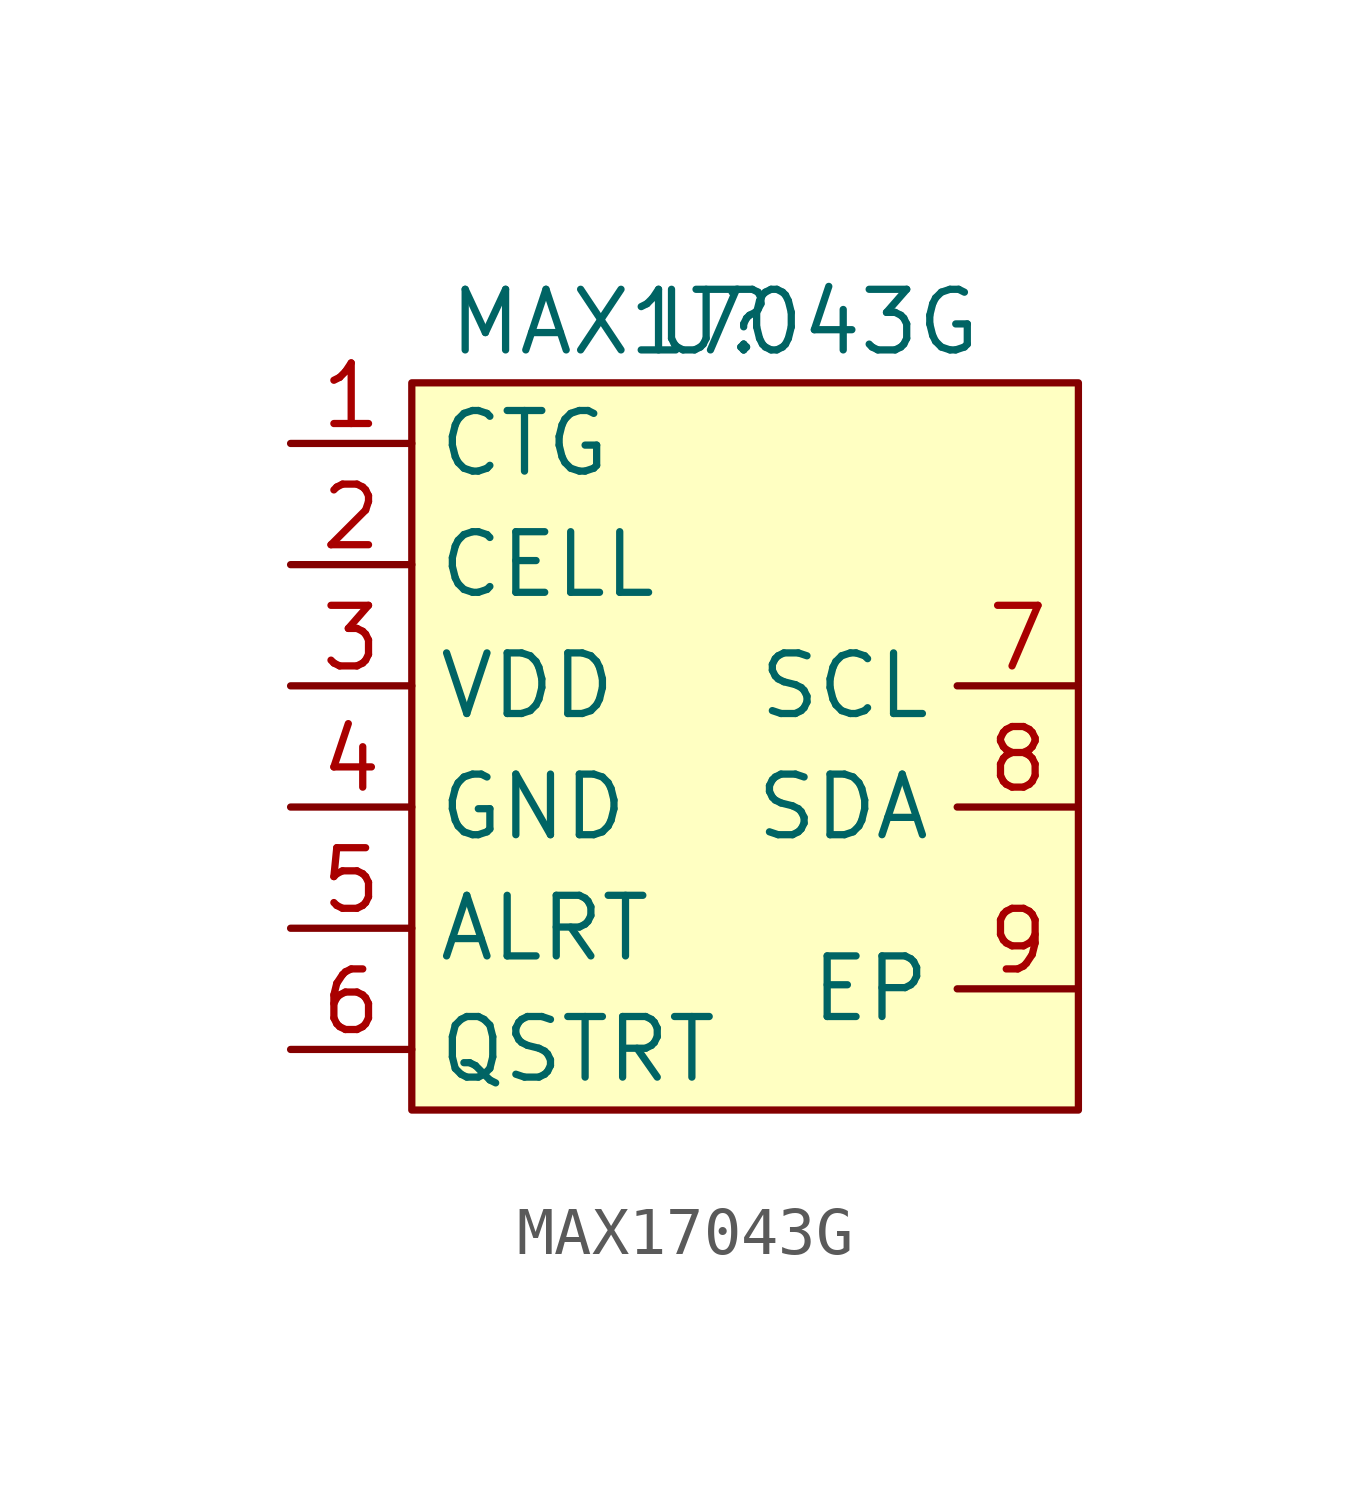
<source format=kicad_sym>
(kicad_symbol_lib
  (version 20241209)
  (generator "kicad_symbol_editor")
  (generator_version "9.0")
  (symbol "MAX17043G"
    (property "Reference" "U"
      (at 0 0 0)
      (effects (font (size 1.27 1.27))))
    (property "Value" "MAX17043G"
      (at 0 0 0)
      (effects (font (size 1.27 1.27))))
    (symbol "MAX17043G_1_1"
      (rectangle (start -6.35 -1.27) (end 7.62 -16.51) (stroke (width 0) (type solid)) (fill (type background)))
      (pin input line (at -8.89 -2.54 0) (length 2.54) (name "CTG" (effects (font (size 1.27 1.27)))) (number "1" (effects (font (size 1.27 1.27)))))
      (pin input line (at -8.89 -5.08 0) (length 2.54) (name "CELL" (effects (font (size 1.27 1.27)))) (number "2" (effects (font (size 1.27 1.27)))))
      (pin input line (at -8.89 -7.62 0) (length 2.54) (name "VDD" (effects (font (size 1.27 1.27)))) (number "3" (effects (font (size 1.27 1.27)))))
      (pin input line (at -8.89 -10.16 0) (length 2.54) (name "GND" (effects (font (size 1.27 1.27)))) (number "4" (effects (font (size 1.27 1.27)))))
      (pin output line (at -8.89 -12.7 0) (length 2.54) (name "ALRT" (effects (font (size 1.27 1.27)))) (number "5" (effects (font (size 1.27 1.27)))))
      (pin input line (at -8.89 -15.24 0) (length 2.54) (name "QSTRT" (effects (font (size 1.27 1.27)))) (number "6" (effects (font (size 1.27 1.27)))))
      (pin bidirectional line (at 7.62 -7.62 180) (length 2.54) (name "SCL" (effects (font (size 1.27 1.27)))) (number "7" (effects (font (size 1.27 1.27)))))
      (pin bidirectional line (at 7.62 -10.16 180) (length 2.54) (name "SDA" (effects (font (size 1.27 1.27)))) (number "8" (effects (font (size 1.27 1.27)))))
      (pin input line (at 7.62 -13.97 180) (length 2.54) (name "EP" (effects (font (size 1.27 1.27)))) (number "9" (effects (font (size 1.27 1.27))))))))
</source>
